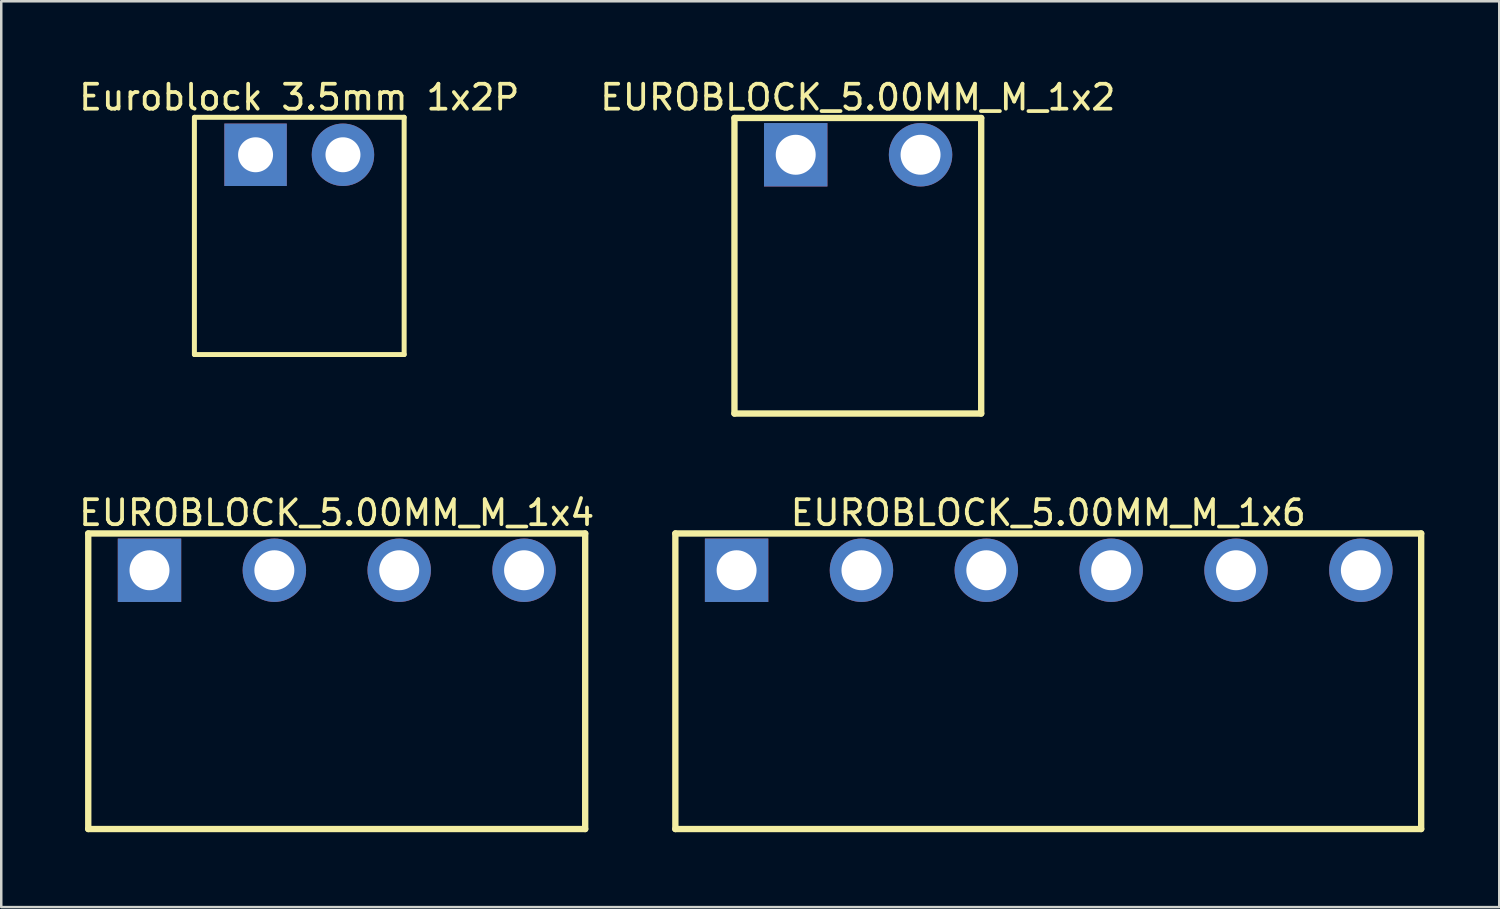
<source format=kicad_pcb>
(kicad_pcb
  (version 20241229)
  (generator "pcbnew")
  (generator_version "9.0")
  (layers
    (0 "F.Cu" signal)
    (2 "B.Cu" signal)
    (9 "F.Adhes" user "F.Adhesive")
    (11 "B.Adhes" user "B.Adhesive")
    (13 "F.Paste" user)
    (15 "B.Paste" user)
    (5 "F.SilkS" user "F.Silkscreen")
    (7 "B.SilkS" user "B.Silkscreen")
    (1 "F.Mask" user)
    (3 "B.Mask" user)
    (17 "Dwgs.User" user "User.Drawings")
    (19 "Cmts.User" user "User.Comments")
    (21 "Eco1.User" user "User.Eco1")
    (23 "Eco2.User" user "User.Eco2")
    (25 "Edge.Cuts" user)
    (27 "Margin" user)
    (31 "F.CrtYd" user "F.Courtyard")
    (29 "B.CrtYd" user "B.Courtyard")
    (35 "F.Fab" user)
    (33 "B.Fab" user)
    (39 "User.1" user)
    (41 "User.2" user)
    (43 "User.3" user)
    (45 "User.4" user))
  (footprint "Euroblock 3.5mm 1x2P"
    (layer "F.Cu")
    (at 8.884 3.097)
    (property "Reference" "Euroblock 3.5mm 1x2P" (at 0.051 -2.249 0) (layer "F.SilkS") (effects (font (size 1 1) (thickness 0.15))))
    (fp_line (start -4.149 8.051) (end -4.149 -1.449) (stroke (width 0.2) (type solid)) (layer "F.SilkS"))
    (fp_line (start -4.14 -1.449) (end 4.251 -1.449) (stroke (width 0.2) (type solid)) (layer "F.SilkS"))
    (fp_line (start -4.14 8.051) (end 4.251 8.051) (stroke (width 0.2) (type solid)) (layer "F.SilkS"))
    (fp_line (start 4.251 8.051) (end 4.251 -1.449) (stroke (width 0.2) (type solid)) (layer "F.SilkS"))
    (pad "1" thru_hole rect (at -1.699 0.051 180) (size 2.5 2.5) (drill 1.4) (layers "*.Cu" "*.Mask"))
    (pad "2" thru_hole circle (at 1.801 0.051 180) (size 2.5 2.5) (drill 1.4) (layers "*.Cu" "*.Mask")))
  (footprint "EUROBLOCK_5.00MM_M_1x6"
    (layer "F.Cu")
    (at 38.949 19.787)
    (property "Reference" "EUROBLOCK_5.00MM_M_1x6" (at -0.019 -2.3 0) (layer "F.SilkS") (effects (font (size 1 1) (thickness 0.15))))
    (fp_line (start -14.953 -1.473) (end 14.915 -1.473) (stroke (width 0.254) (type solid)) (layer "F.SilkS"))
    (fp_line (start -14.953 10.363) (end -14.953 -1.473) (stroke (width 0.254) (type solid)) (layer "F.SilkS"))
    (fp_line (start -14.953 10.363) (end 14.915 10.363) (stroke (width 0.254) (type solid)) (layer "F.SilkS"))
    (fp_line (start 14.915 10.363) (end 14.915 -1.473) (stroke (width 0.254) (type solid)) (layer "F.SilkS"))
    (pad "1" thru_hole rect (at -12.5 0) (size 2.54 2.54) (drill 1.6) (layers "*.Cu" "*.Mask"))
    (pad "2" thru_hole circle (at -7.5 0) (size 2.54 2.54) (drill 1.6) (layers "*.Cu" "*.Mask"))
    (pad "3" thru_hole circle (at -2.5 0) (size 2.54 2.54) (drill 1.6) (layers "*.Cu" "*.Mask"))
    (pad "4" thru_hole circle (at 2.5 0) (size 2.54 2.54) (drill 1.6) (layers "*.Cu" "*.Mask"))
    (pad "5" thru_hole circle (at 7.5 0) (size 2.54 2.54) (drill 1.6) (layers "*.Cu" "*.Mask"))
    (pad "6" thru_hole circle (at 12.5 0) (size 2.54 2.54) (drill 1.6) (layers "*.Cu" "*.Mask")))
  (footprint "EUROBLOCK_5.00MM_M_1x2"
    (layer "F.Cu")
    (at 31.316 3.148)
    (property "Reference" "EUROBLOCK_5.00MM_M_1x2" (at -0.013 -2.3 0) (layer "F.SilkS") (effects (font (size 1 1) (thickness 0.15))))
    (fp_line (start -4.953 -1.473) (end 4.928 -1.473) (stroke (width 0.254) (type solid)) (layer "F.SilkS"))
    (fp_line (start -4.953 10.363) (end -4.953 -1.473) (stroke (width 0.254) (type solid)) (layer "F.SilkS"))
    (fp_line (start -4.953 10.363) (end 4.928 10.363) (stroke (width 0.254) (type solid)) (layer "F.SilkS"))
    (fp_line (start 4.928 10.363) (end 4.928 -1.473) (stroke (width 0.254) (type solid)) (layer "F.SilkS"))
    (pad "1" thru_hole rect (at -2.5 0) (size 2.54 2.54) (drill 1.6) (layers "*.Cu" "*.Mask"))
    (pad "2" thru_hole circle (at 2.5 0) (size 2.54 2.54) (drill 1.6) (layers "*.Cu" "*.Mask")))
  (footprint "EUROBLOCK_5.00MM_M_1x4"
    (layer "F.Cu")
    (at 10.437 19.787)
    (property "Reference" "EUROBLOCK_5.00MM_M_1x4" (at -0.003 -2.3 0) (layer "F.SilkS") (effects (font (size 1 1) (thickness 0.15))))
    (fp_line (start -9.953 -1.473) (end 9.948 -1.473) (stroke (width 0.254) (type solid)) (layer "F.SilkS"))
    (fp_line (start -9.953 10.363) (end -9.953 -1.473) (stroke (width 0.254) (type solid)) (layer "F.SilkS"))
    (fp_line (start -9.953 10.363) (end 9.948 10.363) (stroke (width 0.254) (type solid)) (layer "F.SilkS"))
    (fp_line (start 9.948 10.363) (end 9.948 -1.473) (stroke (width 0.254) (type solid)) (layer "F.SilkS"))
    (pad "1" thru_hole rect (at -7.5 0) (size 2.54 2.54) (drill 1.6) (layers "*.Cu" "*.Mask"))
    (pad "2" thru_hole circle (at -2.5 0) (size 2.54 2.54) (drill 1.6) (layers "*.Cu" "*.Mask"))
    (pad "3" thru_hole circle (at 2.5 0) (size 2.54 2.54) (drill 1.6) (layers "*.Cu" "*.Mask"))
    (pad "4" thru_hole circle (at 7.5 0) (size 2.54 2.54) (drill 1.6) (layers "*.Cu" "*.Mask")))
  (gr_rect
    (start -3 -3)
    (end 56.991 33.277)
    (stroke (width 0.1) (type default))
    (fill no)
    (layer "Edge.Cuts")))
</source>
